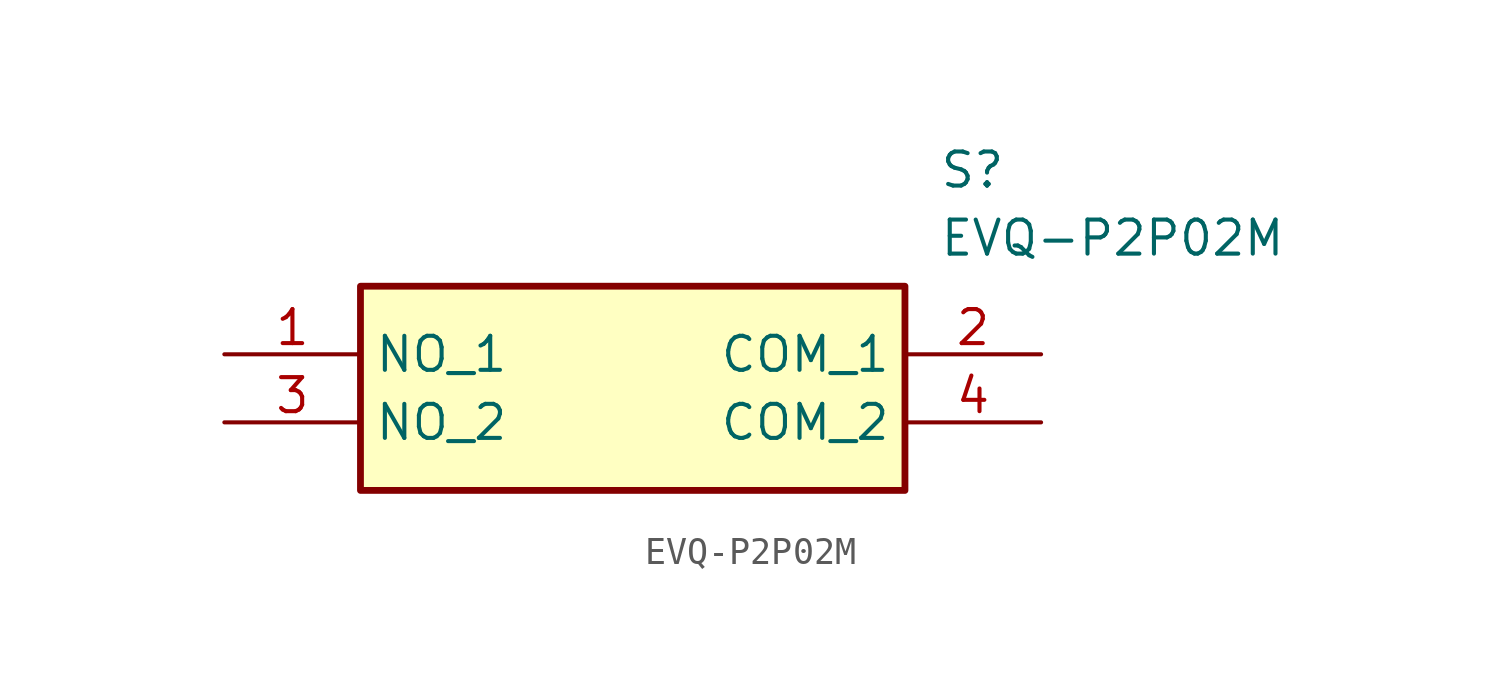
<source format=kicad_sym>
(kicad_symbol_lib
  (version 20211014)
  (generator SamacSys_ECAD_Model)
  (symbol "EVQ-P2P02M"
    (property "Reference" "S"
      (at 26.67 7.62 0)
      (effects (font (size 1.27 1.27)) (justify left top)))
    (property "Value" "EVQ-P2P02M"
      (at 26.67 5.08 0)
      (effects (font (size 1.27 1.27)) (justify left top)))
    (rectangle
      (start 5.08 2.54)
      (end 25.4 -5.08)
      (stroke (width 0.254) (type default))
      (fill (type background)))
    (pin passive line
      (at 0 0 0)
      (length 5.08)
      (name "NO_1" (effects (font (size 1.27 1.27))))
      (number "1" (effects (font (size 1.27 1.27)))))
    (pin passive line
      (at 30.48 0 180)
      (length 5.08)
      (name "COM_1" (effects (font (size 1.27 1.27))))
      (number "2" (effects (font (size 1.27 1.27)))))
    (pin passive line
      (at 0 -2.54 0)
      (length 5.08)
      (name "NO_2" (effects (font (size 1.27 1.27))))
      (number "3" (effects (font (size 1.27 1.27)))))
    (pin passive line
      (at 30.48 -2.54 180)
      (length 5.08)
      (name "COM_2" (effects (font (size 1.27 1.27))))
      (number "4" (effects (font (size 1.27 1.27)))))))
</source>
